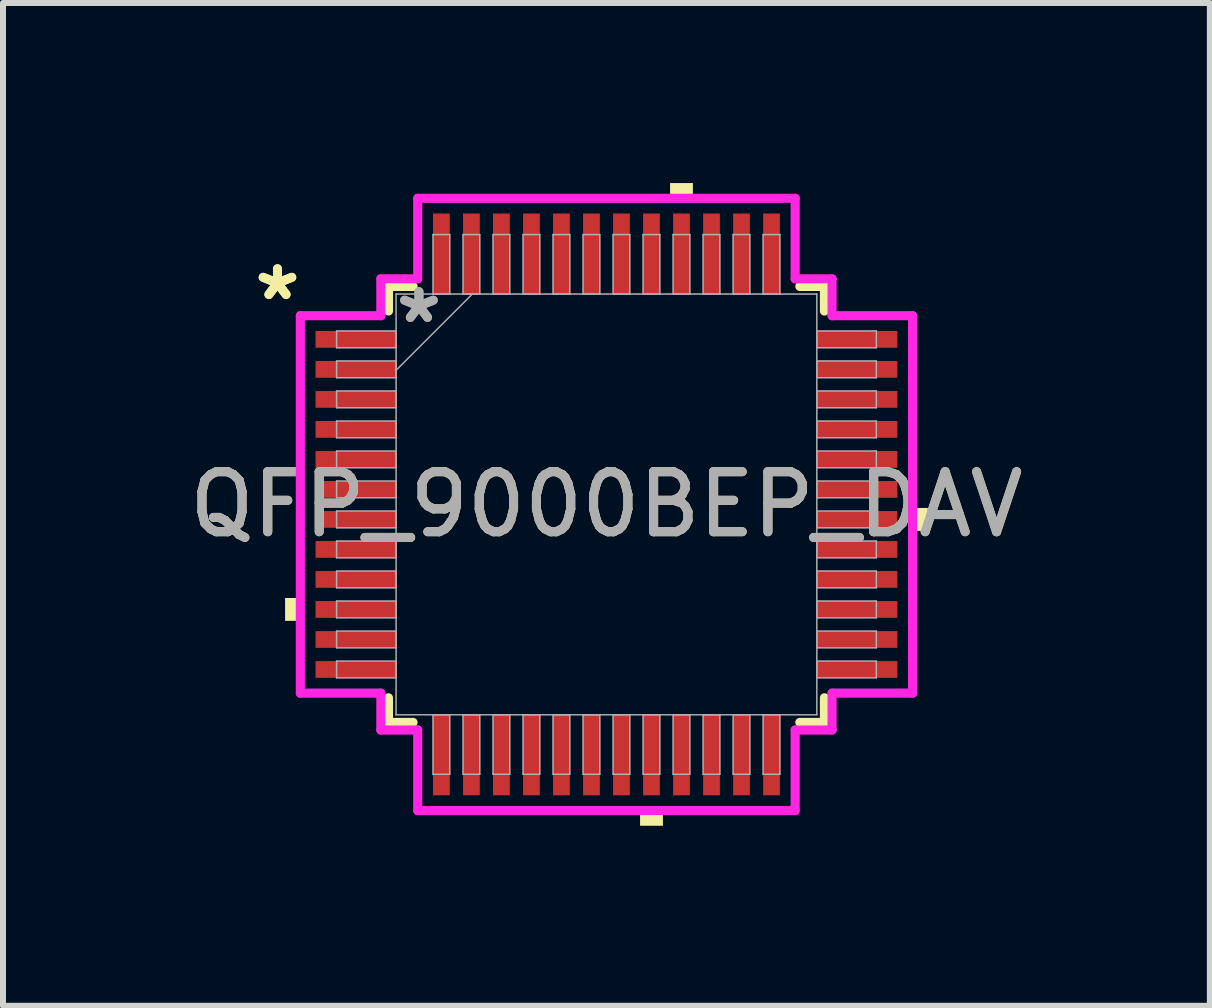
<source format=kicad_pcb>
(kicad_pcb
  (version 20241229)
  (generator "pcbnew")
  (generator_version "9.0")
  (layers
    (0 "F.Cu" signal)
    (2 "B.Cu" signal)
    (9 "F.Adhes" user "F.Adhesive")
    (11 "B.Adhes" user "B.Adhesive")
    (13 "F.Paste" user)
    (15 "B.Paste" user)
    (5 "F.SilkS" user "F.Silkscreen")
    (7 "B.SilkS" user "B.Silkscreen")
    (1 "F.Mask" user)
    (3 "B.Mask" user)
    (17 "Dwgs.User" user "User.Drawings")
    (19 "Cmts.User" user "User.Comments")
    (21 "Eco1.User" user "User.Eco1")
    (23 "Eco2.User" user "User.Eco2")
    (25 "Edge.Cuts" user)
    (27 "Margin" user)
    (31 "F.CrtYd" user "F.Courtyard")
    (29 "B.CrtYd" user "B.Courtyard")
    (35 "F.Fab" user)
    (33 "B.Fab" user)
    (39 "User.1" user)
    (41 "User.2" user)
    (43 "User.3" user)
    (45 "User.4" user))
  (footprint "QFP_9000BEP_DAV"
    (layer "F.Cu")
    (at 7.054 5.354)
    (property "Reference" "QFP_9000BEP_DAV" (at 0 0 0) (unlocked yes) (layer "F.SilkS") (effects (font (size 1 1) (thickness 0.15))))
    (attr smd)
    (fp_line (start -3.632 -3.632) (end -3.632 -3.222) (stroke (width 0.152) (type solid)) (layer "F.SilkS"))
    (fp_line (start -3.632 3.222) (end -3.632 3.632) (stroke (width 0.152) (type solid)) (layer "F.SilkS"))
    (fp_line (start -3.632 3.632) (end -3.222 3.632) (stroke (width 0.152) (type solid)) (layer "F.SilkS"))
    (fp_line (start -3.222 -3.632) (end -3.632 -3.632) (stroke (width 0.152) (type solid)) (layer "F.SilkS"))
    (fp_line (start 3.222 3.632) (end 3.632 3.632) (stroke (width 0.152) (type solid)) (layer "F.SilkS"))
    (fp_line (start 3.632 -3.632) (end 3.222 -3.632) (stroke (width 0.152) (type solid)) (layer "F.SilkS"))
    (fp_line (start 3.632 -3.222) (end 3.632 -3.632) (stroke (width 0.152) (type solid)) (layer "F.SilkS"))
    (fp_line (start 3.632 3.632) (end 3.632 3.222) (stroke (width 0.152) (type solid)) (layer "F.SilkS"))
    (fp_poly (pts (xy -5.354 1.559) (xy -5.354 1.94) (xy -5.1 1.94) (xy -5.1 1.559)) (stroke (width 0) (type solid)) (fill yes) (layer "F.SilkS"))
    (fp_poly (pts (xy 0.56 5.1) (xy 0.56 5.354) (xy 0.941 5.354) (xy 0.941 5.1)) (stroke (width 0) (type solid)) (fill yes) (layer "F.SilkS"))
    (fp_poly (pts (xy 1.06 -5.1) (xy 1.06 -5.354) (xy 1.44 -5.354) (xy 1.44 -5.1)) (stroke (width 0) (type solid)) (fill yes) (layer "F.SilkS"))
    (fp_poly (pts (xy 5.354 0.059) (xy 5.354 0.441) (xy 5.1 0.441) (xy 5.1 0.059)) (stroke (width 0) (type solid)) (fill yes) (layer "F.SilkS"))
    (fp_line (start -5.1 -3.144) (end -3.759 -3.144) (stroke (width 0.152) (type solid)) (layer "F.CrtYd"))
    (fp_line (start -5.1 3.144) (end -5.1 -3.144) (stroke (width 0.152) (type solid)) (layer "F.CrtYd"))
    (fp_line (start -3.759 -3.759) (end -3.144 -3.759) (stroke (width 0.152) (type solid)) (layer "F.CrtYd"))
    (fp_line (start -3.759 -3.144) (end -3.759 -3.759) (stroke (width 0.152) (type solid)) (layer "F.CrtYd"))
    (fp_line (start -3.759 3.144) (end -5.1 3.144) (stroke (width 0.152) (type solid)) (layer "F.CrtYd"))
    (fp_line (start -3.759 3.759) (end -3.759 3.144) (stroke (width 0.152) (type solid)) (layer "F.CrtYd"))
    (fp_line (start -3.759 3.759) (end -3.144 3.759) (stroke (width 0.152) (type solid)) (layer "F.CrtYd"))
    (fp_line (start -3.144 -5.1) (end 3.144 -5.1) (stroke (width 0.152) (type solid)) (layer "F.CrtYd"))
    (fp_line (start -3.144 -3.759) (end -3.144 -5.1) (stroke (width 0.152) (type solid)) (layer "F.CrtYd"))
    (fp_line (start -3.144 3.759) (end -3.144 5.1) (stroke (width 0.152) (type solid)) (layer "F.CrtYd"))
    (fp_line (start -3.144 5.1) (end 3.144 5.1) (stroke (width 0.152) (type solid)) (layer "F.CrtYd"))
    (fp_line (start 3.144 -5.1) (end 3.144 -3.759) (stroke (width 0.152) (type solid)) (layer "F.CrtYd"))
    (fp_line (start 3.144 -3.759) (end 3.759 -3.759) (stroke (width 0.152) (type solid)) (layer "F.CrtYd"))
    (fp_line (start 3.144 3.759) (end 3.759 3.759) (stroke (width 0.152) (type solid)) (layer "F.CrtYd"))
    (fp_line (start 3.144 5.1) (end 3.144 3.759) (stroke (width 0.152) (type solid)) (layer "F.CrtYd"))
    (fp_line (start 3.759 -3.144) (end 3.759 -3.759) (stroke (width 0.152) (type solid)) (layer "F.CrtYd"))
    (fp_line (start 3.759 3.144) (end 5.1 3.144) (stroke (width 0.152) (type solid)) (layer "F.CrtYd"))
    (fp_line (start 3.759 3.759) (end 3.759 3.144) (stroke (width 0.152) (type solid)) (layer "F.CrtYd"))
    (fp_line (start 5.1 -3.144) (end 3.759 -3.144) (stroke (width 0.152) (type solid)) (layer "F.CrtYd"))
    (fp_line (start 5.1 3.144) (end 5.1 -3.144) (stroke (width 0.152) (type solid)) (layer "F.CrtYd"))
    (fp_line (start -4.496 -2.89) (end -4.496 -2.61) (stroke (width 0.025) (type solid)) (layer "F.Fab"))
    (fp_line (start -4.496 -2.61) (end -3.505 -2.61) (stroke (width 0.025) (type solid)) (layer "F.Fab"))
    (fp_line (start -4.496 -2.39) (end -4.496 -2.11) (stroke (width 0.025) (type solid)) (layer "F.Fab"))
    (fp_line (start -4.496 -2.11) (end -3.505 -2.11) (stroke (width 0.025) (type solid)) (layer "F.Fab"))
    (fp_line (start -4.496 -1.89) (end -4.496 -1.61) (stroke (width 0.025) (type solid)) (layer "F.Fab"))
    (fp_line (start -4.496 -1.61) (end -3.505 -1.61) (stroke (width 0.025) (type solid)) (layer "F.Fab"))
    (fp_line (start -4.496 -1.39) (end -4.496 -1.11) (stroke (width 0.025) (type solid)) (layer "F.Fab"))
    (fp_line (start -4.496 -1.11) (end -3.505 -1.11) (stroke (width 0.025) (type solid)) (layer "F.Fab"))
    (fp_line (start -4.496 -0.89) (end -4.496 -0.61) (stroke (width 0.025) (type solid)) (layer "F.Fab"))
    (fp_line (start -4.496 -0.61) (end -3.505 -0.61) (stroke (width 0.025) (type solid)) (layer "F.Fab"))
    (fp_line (start -4.496 -0.39) (end -4.496 -0.11) (stroke (width 0.025) (type solid)) (layer "F.Fab"))
    (fp_line (start -4.496 -0.11) (end -3.505 -0.11) (stroke (width 0.025) (type solid)) (layer "F.Fab"))
    (fp_line (start -4.496 0.11) (end -4.496 0.39) (stroke (width 0.025) (type solid)) (layer "F.Fab"))
    (fp_line (start -4.496 0.39) (end -3.505 0.39) (stroke (width 0.025) (type solid)) (layer "F.Fab"))
    (fp_line (start -4.496 0.61) (end -4.496 0.89) (stroke (width 0.025) (type solid)) (layer "F.Fab"))
    (fp_line (start -4.496 0.89) (end -3.505 0.89) (stroke (width 0.025) (type solid)) (layer "F.Fab"))
    (fp_line (start -4.496 1.11) (end -4.496 1.39) (stroke (width 0.025) (type solid)) (layer "F.Fab"))
    (fp_line (start -4.496 1.39) (end -3.505 1.39) (stroke (width 0.025) (type solid)) (layer "F.Fab"))
    (fp_line (start -4.496 1.61) (end -4.496 1.89) (stroke (width 0.025) (type solid)) (layer "F.Fab"))
    (fp_line (start -4.496 1.89) (end -3.505 1.89) (stroke (width 0.025) (type solid)) (layer "F.Fab"))
    (fp_line (start -4.496 2.11) (end -4.496 2.39) (stroke (width 0.025) (type solid)) (layer "F.Fab"))
    (fp_line (start -4.496 2.39) (end -3.505 2.39) (stroke (width 0.025) (type solid)) (layer "F.Fab"))
    (fp_line (start -4.496 2.61) (end -4.496 2.89) (stroke (width 0.025) (type solid)) (layer "F.Fab"))
    (fp_line (start -4.496 2.89) (end -3.505 2.89) (stroke (width 0.025) (type solid)) (layer "F.Fab"))
    (fp_line (start -3.505 -3.505) (end -3.505 3.505) (stroke (width 0.025) (type solid)) (layer "F.Fab"))
    (fp_line (start -3.505 -2.89) (end -4.496 -2.89) (stroke (width 0.025) (type solid)) (layer "F.Fab"))
    (fp_line (start -3.505 -2.61) (end -3.505 -2.89) (stroke (width 0.025) (type solid)) (layer "F.Fab"))
    (fp_line (start -3.505 -2.39) (end -4.496 -2.39) (stroke (width 0.025) (type solid)) (layer "F.Fab"))
    (fp_line (start -3.505 -2.235) (end -2.235 -3.505) (stroke (width 0.025) (type solid)) (layer "F.Fab"))
    (fp_line (start -3.505 -2.11) (end -3.505 -2.39) (stroke (width 0.025) (type solid)) (layer "F.Fab"))
    (fp_line (start -3.505 -1.89) (end -4.496 -1.89) (stroke (width 0.025) (type solid)) (layer "F.Fab"))
    (fp_line (start -3.505 -1.61) (end -3.505 -1.89) (stroke (width 0.025) (type solid)) (layer "F.Fab"))
    (fp_line (start -3.505 -1.39) (end -4.496 -1.39) (stroke (width 0.025) (type solid)) (layer "F.Fab"))
    (fp_line (start -3.505 -1.11) (end -3.505 -1.39) (stroke (width 0.025) (type solid)) (layer "F.Fab"))
    (fp_line (start -3.505 -0.89) (end -4.496 -0.89) (stroke (width 0.025) (type solid)) (layer "F.Fab"))
    (fp_line (start -3.505 -0.61) (end -3.505 -0.89) (stroke (width 0.025) (type solid)) (layer "F.Fab"))
    (fp_line (start -3.505 -0.39) (end -4.496 -0.39) (stroke (width 0.025) (type solid)) (layer "F.Fab"))
    (fp_line (start -3.505 -0.11) (end -3.505 -0.39) (stroke (width 0.025) (type solid)) (layer "F.Fab"))
    (fp_line (start -3.505 0.11) (end -4.496 0.11) (stroke (width 0.025) (type solid)) (layer "F.Fab"))
    (fp_line (start -3.505 0.39) (end -3.505 0.11) (stroke (width 0.025) (type solid)) (layer "F.Fab"))
    (fp_line (start -3.505 0.61) (end -4.496 0.61) (stroke (width 0.025) (type solid)) (layer "F.Fab"))
    (fp_line (start -3.505 0.89) (end -3.505 0.61) (stroke (width 0.025) (type solid)) (layer "F.Fab"))
    (fp_line (start -3.505 1.11) (end -4.496 1.11) (stroke (width 0.025) (type solid)) (layer "F.Fab"))
    (fp_line (start -3.505 1.39) (end -3.505 1.11) (stroke (width 0.025) (type solid)) (layer "F.Fab"))
    (fp_line (start -3.505 1.61) (end -4.496 1.61) (stroke (width 0.025) (type solid)) (layer "F.Fab"))
    (fp_line (start -3.505 1.89) (end -3.505 1.61) (stroke (width 0.025) (type solid)) (layer "F.Fab"))
    (fp_line (start -3.505 2.11) (end -4.496 2.11) (stroke (width 0.025) (type solid)) (layer "F.Fab"))
    (fp_line (start -3.505 2.39) (end -3.505 2.11) (stroke (width 0.025) (type solid)) (layer "F.Fab"))
    (fp_line (start -3.505 2.61) (end -4.496 2.61) (stroke (width 0.025) (type solid)) (layer "F.Fab"))
    (fp_line (start -3.505 2.89) (end -3.505 2.61) (stroke (width 0.025) (type solid)) (layer "F.Fab"))
    (fp_line (start -3.505 3.505) (end 3.505 3.505) (stroke (width 0.025) (type solid)) (layer "F.Fab"))
    (fp_line (start -2.89 -4.496) (end -2.89 -3.505) (stroke (width 0.025) (type solid)) (layer "F.Fab"))
    (fp_line (start -2.89 -3.505) (end -2.61 -3.505) (stroke (width 0.025) (type solid)) (layer "F.Fab"))
    (fp_line (start -2.89 3.505) (end -2.89 4.496) (stroke (width 0.025) (type solid)) (layer "F.Fab"))
    (fp_line (start -2.89 4.496) (end -2.61 4.496) (stroke (width 0.025) (type solid)) (layer "F.Fab"))
    (fp_line (start -2.61 -4.496) (end -2.89 -4.496) (stroke (width 0.025) (type solid)) (layer "F.Fab"))
    (fp_line (start -2.61 -3.505) (end -2.61 -4.496) (stroke (width 0.025) (type solid)) (layer "F.Fab"))
    (fp_line (start -2.61 3.505) (end -2.89 3.505) (stroke (width 0.025) (type solid)) (layer "F.Fab"))
    (fp_line (start -2.61 4.496) (end -2.61 3.505) (stroke (width 0.025) (type solid)) (layer "F.Fab"))
    (fp_line (start -2.39 -4.496) (end -2.39 -3.505) (stroke (width 0.025) (type solid)) (layer "F.Fab"))
    (fp_line (start -2.39 -3.505) (end -2.11 -3.505) (stroke (width 0.025) (type solid)) (layer "F.Fab"))
    (fp_line (start -2.39 3.505) (end -2.39 4.496) (stroke (width 0.025) (type solid)) (layer "F.Fab"))
    (fp_line (start -2.39 4.496) (end -2.11 4.496) (stroke (width 0.025) (type solid)) (layer "F.Fab"))
    (fp_line (start -2.11 -4.496) (end -2.39 -4.496) (stroke (width 0.025) (type solid)) (layer "F.Fab"))
    (fp_line (start -2.11 -3.505) (end -2.11 -4.496) (stroke (width 0.025) (type solid)) (layer "F.Fab"))
    (fp_line (start -2.11 3.505) (end -2.39 3.505) (stroke (width 0.025) (type solid)) (layer "F.Fab"))
    (fp_line (start -2.11 4.496) (end -2.11 3.505) (stroke (width 0.025) (type solid)) (layer "F.Fab"))
    (fp_line (start -1.89 -4.496) (end -1.89 -3.505) (stroke (width 0.025) (type solid)) (layer "F.Fab"))
    (fp_line (start -1.89 -3.505) (end -1.61 -3.505) (stroke (width 0.025) (type solid)) (layer "F.Fab"))
    (fp_line (start -1.89 3.505) (end -1.89 4.496) (stroke (width 0.025) (type solid)) (layer "F.Fab"))
    (fp_line (start -1.89 4.496) (end -1.61 4.496) (stroke (width 0.025) (type solid)) (layer "F.Fab"))
    (fp_line (start -1.61 -4.496) (end -1.89 -4.496) (stroke (width 0.025) (type solid)) (layer "F.Fab"))
    (fp_line (start -1.61 -3.505) (end -1.61 -4.496) (stroke (width 0.025) (type solid)) (layer "F.Fab"))
    (fp_line (start -1.61 3.505) (end -1.89 3.505) (stroke (width 0.025) (type solid)) (layer "F.Fab"))
    (fp_line (start -1.61 4.496) (end -1.61 3.505) (stroke (width 0.025) (type solid)) (layer "F.Fab"))
    (fp_line (start -1.39 -4.496) (end -1.39 -3.505) (stroke (width 0.025) (type solid)) (layer "F.Fab"))
    (fp_line (start -1.39 -3.505) (end -1.11 -3.505) (stroke (width 0.025) (type solid)) (layer "F.Fab"))
    (fp_line (start -1.39 3.505) (end -1.39 4.496) (stroke (width 0.025) (type solid)) (layer "F.Fab"))
    (fp_line (start -1.39 4.496) (end -1.11 4.496) (stroke (width 0.025) (type solid)) (layer "F.Fab"))
    (fp_line (start -1.11 -4.496) (end -1.39 -4.496) (stroke (width 0.025) (type solid)) (layer "F.Fab"))
    (fp_line (start -1.11 -3.505) (end -1.11 -4.496) (stroke (width 0.025) (type solid)) (layer "F.Fab"))
    (fp_line (start -1.11 3.505) (end -1.39 3.505) (stroke (width 0.025) (type solid)) (layer "F.Fab"))
    (fp_line (start -1.11 4.496) (end -1.11 3.505) (stroke (width 0.025) (type solid)) (layer "F.Fab"))
    (fp_line (start -0.89 -4.496) (end -0.89 -3.505) (stroke (width 0.025) (type solid)) (layer "F.Fab"))
    (fp_line (start -0.89 -3.505) (end -0.61 -3.505) (stroke (width 0.025) (type solid)) (layer "F.Fab"))
    (fp_line (start -0.89 3.505) (end -0.89 4.496) (stroke (width 0.025) (type solid)) (layer "F.Fab"))
    (fp_line (start -0.89 4.496) (end -0.61 4.496) (stroke (width 0.025) (type solid)) (layer "F.Fab"))
    (fp_line (start -0.61 -4.496) (end -0.89 -4.496) (stroke (width 0.025) (type solid)) (layer "F.Fab"))
    (fp_line (start -0.61 -3.505) (end -0.61 -4.496) (stroke (width 0.025) (type solid)) (layer "F.Fab"))
    (fp_line (start -0.61 3.505) (end -0.89 3.505) (stroke (width 0.025) (type solid)) (layer "F.Fab"))
    (fp_line (start -0.61 4.496) (end -0.61 3.505) (stroke (width 0.025) (type solid)) (layer "F.Fab"))
    (fp_line (start -0.39 -4.496) (end -0.39 -3.505) (stroke (width 0.025) (type solid)) (layer "F.Fab"))
    (fp_line (start -0.39 -3.505) (end -0.11 -3.505) (stroke (width 0.025) (type solid)) (layer "F.Fab"))
    (fp_line (start -0.39 3.505) (end -0.39 4.496) (stroke (width 0.025) (type solid)) (layer "F.Fab"))
    (fp_line (start -0.39 4.496) (end -0.11 4.496) (stroke (width 0.025) (type solid)) (layer "F.Fab"))
    (fp_line (start -0.11 -4.496) (end -0.39 -4.496) (stroke (width 0.025) (type solid)) (layer "F.Fab"))
    (fp_line (start -0.11 -3.505) (end -0.11 -4.496) (stroke (width 0.025) (type solid)) (layer "F.Fab"))
    (fp_line (start -0.11 3.505) (end -0.39 3.505) (stroke (width 0.025) (type solid)) (layer "F.Fab"))
    (fp_line (start -0.11 4.496) (end -0.11 3.505) (stroke (width 0.025) (type solid)) (layer "F.Fab"))
    (fp_line (start 0.11 -4.496) (end 0.11 -3.505) (stroke (width 0.025) (type solid)) (layer "F.Fab"))
    (fp_line (start 0.11 -3.505) (end 0.39 -3.505) (stroke (width 0.025) (type solid)) (layer "F.Fab"))
    (fp_line (start 0.11 3.505) (end 0.11 4.496) (stroke (width 0.025) (type solid)) (layer "F.Fab"))
    (fp_line (start 0.11 4.496) (end 0.39 4.496) (stroke (width 0.025) (type solid)) (layer "F.Fab"))
    (fp_line (start 0.39 -4.496) (end 0.11 -4.496) (stroke (width 0.025) (type solid)) (layer "F.Fab"))
    (fp_line (start 0.39 -3.505) (end 0.39 -4.496) (stroke (width 0.025) (type solid)) (layer "F.Fab"))
    (fp_line (start 0.39 3.505) (end 0.11 3.505) (stroke (width 0.025) (type solid)) (layer "F.Fab"))
    (fp_line (start 0.39 4.496) (end 0.39 3.505) (stroke (width 0.025) (type solid)) (layer "F.Fab"))
    (fp_line (start 0.61 -4.496) (end 0.61 -3.505) (stroke (width 0.025) (type solid)) (layer "F.Fab"))
    (fp_line (start 0.61 -3.505) (end 0.89 -3.505) (stroke (width 0.025) (type solid)) (layer "F.Fab"))
    (fp_line (start 0.61 3.505) (end 0.61 4.496) (stroke (width 0.025) (type solid)) (layer "F.Fab"))
    (fp_line (start 0.61 4.496) (end 0.89 4.496) (stroke (width 0.025) (type solid)) (layer "F.Fab"))
    (fp_line (start 0.89 -4.496) (end 0.61 -4.496) (stroke (width 0.025) (type solid)) (layer "F.Fab"))
    (fp_line (start 0.89 -3.505) (end 0.89 -4.496) (stroke (width 0.025) (type solid)) (layer "F.Fab"))
    (fp_line (start 0.89 3.505) (end 0.61 3.505) (stroke (width 0.025) (type solid)) (layer "F.Fab"))
    (fp_line (start 0.89 4.496) (end 0.89 3.505) (stroke (width 0.025) (type solid)) (layer "F.Fab"))
    (fp_line (start 1.11 -4.496) (end 1.11 -3.505) (stroke (width 0.025) (type solid)) (layer "F.Fab"))
    (fp_line (start 1.11 -3.505) (end 1.39 -3.505) (stroke (width 0.025) (type solid)) (layer "F.Fab"))
    (fp_line (start 1.11 3.505) (end 1.11 4.496) (stroke (width 0.025) (type solid)) (layer "F.Fab"))
    (fp_line (start 1.11 4.496) (end 1.39 4.496) (stroke (width 0.025) (type solid)) (layer "F.Fab"))
    (fp_line (start 1.39 -4.496) (end 1.11 -4.496) (stroke (width 0.025) (type solid)) (layer "F.Fab"))
    (fp_line (start 1.39 -3.505) (end 1.39 -4.496) (stroke (width 0.025) (type solid)) (layer "F.Fab"))
    (fp_line (start 1.39 3.505) (end 1.11 3.505) (stroke (width 0.025) (type solid)) (layer "F.Fab"))
    (fp_line (start 1.39 4.496) (end 1.39 3.505) (stroke (width 0.025) (type solid)) (layer "F.Fab"))
    (fp_line (start 1.61 -4.496) (end 1.61 -3.505) (stroke (width 0.025) (type solid)) (layer "F.Fab"))
    (fp_line (start 1.61 -3.505) (end 1.89 -3.505) (stroke (width 0.025) (type solid)) (layer "F.Fab"))
    (fp_line (start 1.61 3.505) (end 1.61 4.496) (stroke (width 0.025) (type solid)) (layer "F.Fab"))
    (fp_line (start 1.61 4.496) (end 1.89 4.496) (stroke (width 0.025) (type solid)) (layer "F.Fab"))
    (fp_line (start 1.89 -4.496) (end 1.61 -4.496) (stroke (width 0.025) (type solid)) (layer "F.Fab"))
    (fp_line (start 1.89 -3.505) (end 1.89 -4.496) (stroke (width 0.025) (type solid)) (layer "F.Fab"))
    (fp_line (start 1.89 3.505) (end 1.61 3.505) (stroke (width 0.025) (type solid)) (layer "F.Fab"))
    (fp_line (start 1.89 4.496) (end 1.89 3.505) (stroke (width 0.025) (type solid)) (layer "F.Fab"))
    (fp_line (start 2.11 -4.496) (end 2.11 -3.505) (stroke (width 0.025) (type solid)) (layer "F.Fab"))
    (fp_line (start 2.11 -3.505) (end 2.39 -3.505) (stroke (width 0.025) (type solid)) (layer "F.Fab"))
    (fp_line (start 2.11 3.505) (end 2.11 4.496) (stroke (width 0.025) (type solid)) (layer "F.Fab"))
    (fp_line (start 2.11 4.496) (end 2.39 4.496) (stroke (width 0.025) (type solid)) (layer "F.Fab"))
    (fp_line (start 2.39 -4.496) (end 2.11 -4.496) (stroke (width 0.025) (type solid)) (layer "F.Fab"))
    (fp_line (start 2.39 -3.505) (end 2.39 -4.496) (stroke (width 0.025) (type solid)) (layer "F.Fab"))
    (fp_line (start 2.39 3.505) (end 2.11 3.505) (stroke (width 0.025) (type solid)) (layer "F.Fab"))
    (fp_line (start 2.39 4.496) (end 2.39 3.505) (stroke (width 0.025) (type solid)) (layer "F.Fab"))
    (fp_line (start 2.61 -4.496) (end 2.61 -3.505) (stroke (width 0.025) (type solid)) (layer "F.Fab"))
    (fp_line (start 2.61 -3.505) (end 2.89 -3.505) (stroke (width 0.025) (type solid)) (layer "F.Fab"))
    (fp_line (start 2.61 3.505) (end 2.61 4.496) (stroke (width 0.025) (type solid)) (layer "F.Fab"))
    (fp_line (start 2.61 4.496) (end 2.89 4.496) (stroke (width 0.025) (type solid)) (layer "F.Fab"))
    (fp_line (start 2.89 -4.496) (end 2.61 -4.496) (stroke (width 0.025) (type solid)) (layer "F.Fab"))
    (fp_line (start 2.89 -3.505) (end 2.89 -4.496) (stroke (width 0.025) (type solid)) (layer "F.Fab"))
    (fp_line (start 2.89 3.505) (end 2.61 3.505) (stroke (width 0.025) (type solid)) (layer "F.Fab"))
    (fp_line (start 2.89 4.496) (end 2.89 3.505) (stroke (width 0.025) (type solid)) (layer "F.Fab"))
    (fp_line (start 3.505 -3.505) (end -3.505 -3.505) (stroke (width 0.025) (type solid)) (layer "F.Fab"))
    (fp_line (start 3.505 -2.89) (end 3.505 -2.61) (stroke (width 0.025) (type solid)) (layer "F.Fab"))
    (fp_line (start 3.505 -2.61) (end 4.496 -2.61) (stroke (width 0.025) (type solid)) (layer "F.Fab"))
    (fp_line (start 3.505 -2.39) (end 3.505 -2.11) (stroke (width 0.025) (type solid)) (layer "F.Fab"))
    (fp_line (start 3.505 -2.11) (end 4.496 -2.11) (stroke (width 0.025) (type solid)) (layer "F.Fab"))
    (fp_line (start 3.505 -1.89) (end 3.505 -1.61) (stroke (width 0.025) (type solid)) (layer "F.Fab"))
    (fp_line (start 3.505 -1.61) (end 4.496 -1.61) (stroke (width 0.025) (type solid)) (layer "F.Fab"))
    (fp_line (start 3.505 -1.39) (end 3.505 -1.11) (stroke (width 0.025) (type solid)) (layer "F.Fab"))
    (fp_line (start 3.505 -1.11) (end 4.496 -1.11) (stroke (width 0.025) (type solid)) (layer "F.Fab"))
    (fp_line (start 3.505 -0.89) (end 3.505 -0.61) (stroke (width 0.025) (type solid)) (layer "F.Fab"))
    (fp_line (start 3.505 -0.61) (end 4.496 -0.61) (stroke (width 0.025) (type solid)) (layer "F.Fab"))
    (fp_line (start 3.505 -0.39) (end 3.505 -0.11) (stroke (width 0.025) (type solid)) (layer "F.Fab"))
    (fp_line (start 3.505 -0.11) (end 4.496 -0.11) (stroke (width 0.025) (type solid)) (layer "F.Fab"))
    (fp_line (start 3.505 0.11) (end 3.505 0.39) (stroke (width 0.025) (type solid)) (layer "F.Fab"))
    (fp_line (start 3.505 0.39) (end 4.496 0.39) (stroke (width 0.025) (type solid)) (layer "F.Fab"))
    (fp_line (start 3.505 0.61) (end 3.505 0.89) (stroke (width 0.025) (type solid)) (layer "F.Fab"))
    (fp_line (start 3.505 0.89) (end 4.496 0.89) (stroke (width 0.025) (type solid)) (layer "F.Fab"))
    (fp_line (start 3.505 1.11) (end 3.505 1.39) (stroke (width 0.025) (type solid)) (layer "F.Fab"))
    (fp_line (start 3.505 1.39) (end 4.496 1.39) (stroke (width 0.025) (type solid)) (layer "F.Fab"))
    (fp_line (start 3.505 1.61) (end 3.505 1.89) (stroke (width 0.025) (type solid)) (layer "F.Fab"))
    (fp_line (start 3.505 1.89) (end 4.496 1.89) (stroke (width 0.025) (type solid)) (layer "F.Fab"))
    (fp_line (start 3.505 2.11) (end 3.505 2.39) (stroke (width 0.025) (type solid)) (layer "F.Fab"))
    (fp_line (start 3.505 2.39) (end 4.496 2.39) (stroke (width 0.025) (type solid)) (layer "F.Fab"))
    (fp_line (start 3.505 2.61) (end 3.505 2.89) (stroke (width 0.025) (type solid)) (layer "F.Fab"))
    (fp_line (start 3.505 2.89) (end 4.496 2.89) (stroke (width 0.025) (type solid)) (layer "F.Fab"))
    (fp_line (start 3.505 3.505) (end 3.505 -3.505) (stroke (width 0.025) (type solid)) (layer "F.Fab"))
    (fp_line (start 4.496 -2.89) (end 3.505 -2.89) (stroke (width 0.025) (type solid)) (layer "F.Fab"))
    (fp_line (start 4.496 -2.61) (end 4.496 -2.89) (stroke (width 0.025) (type solid)) (layer "F.Fab"))
    (fp_line (start 4.496 -2.39) (end 3.505 -2.39) (stroke (width 0.025) (type solid)) (layer "F.Fab"))
    (fp_line (start 4.496 -2.11) (end 4.496 -2.39) (stroke (width 0.025) (type solid)) (layer "F.Fab"))
    (fp_line (start 4.496 -1.89) (end 3.505 -1.89) (stroke (width 0.025) (type solid)) (layer "F.Fab"))
    (fp_line (start 4.496 -1.61) (end 4.496 -1.89) (stroke (width 0.025) (type solid)) (layer "F.Fab"))
    (fp_line (start 4.496 -1.39) (end 3.505 -1.39) (stroke (width 0.025) (type solid)) (layer "F.Fab"))
    (fp_line (start 4.496 -1.11) (end 4.496 -1.39) (stroke (width 0.025) (type solid)) (layer "F.Fab"))
    (fp_line (start 4.496 -0.89) (end 3.505 -0.89) (stroke (width 0.025) (type solid)) (layer "F.Fab"))
    (fp_line (start 4.496 -0.61) (end 4.496 -0.89) (stroke (width 0.025) (type solid)) (layer "F.Fab"))
    (fp_line (start 4.496 -0.39) (end 3.505 -0.39) (stroke (width 0.025) (type solid)) (layer "F.Fab"))
    (fp_line (start 4.496 -0.11) (end 4.496 -0.39) (stroke (width 0.025) (type solid)) (layer "F.Fab"))
    (fp_line (start 4.496 0.11) (end 3.505 0.11) (stroke (width 0.025) (type solid)) (layer "F.Fab"))
    (fp_line (start 4.496 0.39) (end 4.496 0.11) (stroke (width 0.025) (type solid)) (layer "F.Fab"))
    (fp_line (start 4.496 0.61) (end 3.505 0.61) (stroke (width 0.025) (type solid)) (layer "F.Fab"))
    (fp_line (start 4.496 0.89) (end 4.496 0.61) (stroke (width 0.025) (type solid)) (layer "F.Fab"))
    (fp_line (start 4.496 1.11) (end 3.505 1.11) (stroke (width 0.025) (type solid)) (layer "F.Fab"))
    (fp_line (start 4.496 1.39) (end 4.496 1.11) (stroke (width 0.025) (type solid)) (layer "F.Fab"))
    (fp_line (start 4.496 1.61) (end 3.505 1.61) (stroke (width 0.025) (type solid)) (layer "F.Fab"))
    (fp_line (start 4.496 1.89) (end 4.496 1.61) (stroke (width 0.025) (type solid)) (layer "F.Fab"))
    (fp_line (start 4.496 2.11) (end 3.505 2.11) (stroke (width 0.025) (type solid)) (layer "F.Fab"))
    (fp_line (start 4.496 2.39) (end 4.496 2.11) (stroke (width 0.025) (type solid)) (layer "F.Fab"))
    (fp_line (start 4.496 2.61) (end 3.505 2.61) (stroke (width 0.025) (type solid)) (layer "F.Fab"))
    (fp_line (start 4.496 2.89) (end 4.496 2.61) (stroke (width 0.025) (type solid)) (layer "F.Fab"))
    (fp_text user "*" (at -5.481 -3.381 0) (unlocked yes) (layer "F.SilkS") (effects (font (size 1 1) (thickness 0.15))))
    (fp_text user "*" (at -5.481 -3.381 0) (layer "F.SilkS") (effects (font (size 1 1) (thickness 0.15))))
    (fp_text user "*" (at -3.124 -3 0) (layer "F.Fab") (effects (font (size 1 1) (thickness 0.15))))
    (fp_text user "*" (at -3.124 -3 0) (unlocked yes) (layer "F.Fab") (effects (font (size 1 1) (thickness 0.15))))
    (fp_text user "${REFERENCE}" (at 0 0 0) (unlocked yes) (layer "F.Fab") (effects (font (size 1 1) (thickness 0.15))))
    (pad "1" smd rect (at -4.176 -2.75 90) (size 0.279 1.341) (layers "F.Cu" "F.Mask" "F.Paste"))
    (pad "2" smd rect (at -4.176 -2.25 90) (size 0.279 1.341) (layers "F.Cu" "F.Mask" "F.Paste"))
    (pad "3" smd rect (at -4.176 -1.75 90) (size 0.279 1.341) (layers "F.Cu" "F.Mask" "F.Paste"))
    (pad "4" smd rect (at -4.176 -1.25 90) (size 0.279 1.341) (layers "F.Cu" "F.Mask" "F.Paste"))
    (pad "5" smd rect (at -4.176 -0.75 90) (size 0.279 1.341) (layers "F.Cu" "F.Mask" "F.Paste"))
    (pad "6" smd rect (at -4.176 -0.25 90) (size 0.279 1.341) (layers "F.Cu" "F.Mask" "F.Paste"))
    (pad "7" smd rect (at -4.176 0.25 90) (size 0.279 1.341) (layers "F.Cu" "F.Mask" "F.Paste"))
    (pad "8" smd rect (at -4.176 0.75 90) (size 0.279 1.341) (layers "F.Cu" "F.Mask" "F.Paste"))
    (pad "9" smd rect (at -4.176 1.25 90) (size 0.279 1.341) (layers "F.Cu" "F.Mask" "F.Paste"))
    (pad "10" smd rect (at -4.176 1.75 90) (size 0.279 1.341) (layers "F.Cu" "F.Mask" "F.Paste"))
    (pad "11" smd rect (at -4.176 2.25 90) (size 0.279 1.341) (layers "F.Cu" "F.Mask" "F.Paste"))
    (pad "12" smd rect (at -4.176 2.75 90) (size 0.279 1.341) (layers "F.Cu" "F.Mask" "F.Paste"))
    (pad "13" smd rect (at -2.75 4.176) (size 0.279 1.341) (layers "F.Cu" "F.Mask" "F.Paste"))
    (pad "14" smd rect (at -2.25 4.176) (size 0.279 1.341) (layers "F.Cu" "F.Mask" "F.Paste"))
    (pad "15" smd rect (at -1.75 4.176) (size 0.279 1.341) (layers "F.Cu" "F.Mask" "F.Paste"))
    (pad "16" smd rect (at -1.25 4.176) (size 0.279 1.341) (layers "F.Cu" "F.Mask" "F.Paste"))
    (pad "17" smd rect (at -0.75 4.176) (size 0.279 1.341) (layers "F.Cu" "F.Mask" "F.Paste"))
    (pad "18" smd rect (at -0.25 4.176) (size 0.279 1.341) (layers "F.Cu" "F.Mask" "F.Paste"))
    (pad "19" smd rect (at 0.25 4.176) (size 0.279 1.341) (layers "F.Cu" "F.Mask" "F.Paste"))
    (pad "20" smd rect (at 0.75 4.176) (size 0.279 1.341) (layers "F.Cu" "F.Mask" "F.Paste"))
    (pad "21" smd rect (at 1.25 4.176) (size 0.279 1.341) (layers "F.Cu" "F.Mask" "F.Paste"))
    (pad "22" smd rect (at 1.75 4.176) (size 0.279 1.341) (layers "F.Cu" "F.Mask" "F.Paste"))
    (pad "23" smd rect (at 2.25 4.176) (size 0.279 1.341) (layers "F.Cu" "F.Mask" "F.Paste"))
    (pad "24" smd rect (at 2.75 4.176) (size 0.279 1.341) (layers "F.Cu" "F.Mask" "F.Paste"))
    (pad "25" smd rect (at 4.176 2.75 90) (size 0.279 1.341) (layers "F.Cu" "F.Mask" "F.Paste"))
    (pad "26" smd rect (at 4.176 2.25 90) (size 0.279 1.341) (layers "F.Cu" "F.Mask" "F.Paste"))
    (pad "27" smd rect (at 4.176 1.75 90) (size 0.279 1.341) (layers "F.Cu" "F.Mask" "F.Paste"))
    (pad "28" smd rect (at 4.176 1.25 90) (size 0.279 1.341) (layers "F.Cu" "F.Mask" "F.Paste"))
    (pad "29" smd rect (at 4.176 0.75 90) (size 0.279 1.341) (layers "F.Cu" "F.Mask" "F.Paste"))
    (pad "30" smd rect (at 4.176 0.25 90) (size 0.279 1.341) (layers "F.Cu" "F.Mask" "F.Paste"))
    (pad "31" smd rect (at 4.176 -0.25 90) (size 0.279 1.341) (layers "F.Cu" "F.Mask" "F.Paste"))
    (pad "32" smd rect (at 4.176 -0.75 90) (size 0.279 1.341) (layers "F.Cu" "F.Mask" "F.Paste"))
    (pad "33" smd rect (at 4.176 -1.25 90) (size 0.279 1.341) (layers "F.Cu" "F.Mask" "F.Paste"))
    (pad "34" smd rect (at 4.176 -1.75 90) (size 0.279 1.341) (layers "F.Cu" "F.Mask" "F.Paste"))
    (pad "35" smd rect (at 4.176 -2.25 90) (size 0.279 1.341) (layers "F.Cu" "F.Mask" "F.Paste"))
    (pad "36" smd rect (at 4.176 -2.75 90) (size 0.279 1.341) (layers "F.Cu" "F.Mask" "F.Paste"))
    (pad "37" smd rect (at 2.75 -4.176) (size 0.279 1.341) (layers "F.Cu" "F.Mask" "F.Paste"))
    (pad "38" smd rect (at 2.25 -4.176) (size 0.279 1.341) (layers "F.Cu" "F.Mask" "F.Paste"))
    (pad "39" smd rect (at 1.75 -4.176) (size 0.279 1.341) (layers "F.Cu" "F.Mask" "F.Paste"))
    (pad "40" smd rect (at 1.25 -4.176) (size 0.279 1.341) (layers "F.Cu" "F.Mask" "F.Paste"))
    (pad "41" smd rect (at 0.75 -4.176) (size 0.279 1.341) (layers "F.Cu" "F.Mask" "F.Paste"))
    (pad "42" smd rect (at 0.25 -4.176) (size 0.279 1.341) (layers "F.Cu" "F.Mask" "F.Paste"))
    (pad "43" smd rect (at -0.25 -4.176) (size 0.279 1.341) (layers "F.Cu" "F.Mask" "F.Paste"))
    (pad "44" smd rect (at -0.75 -4.176) (size 0.279 1.341) (layers "F.Cu" "F.Mask" "F.Paste"))
    (pad "45" smd rect (at -1.25 -4.176) (size 0.279 1.341) (layers "F.Cu" "F.Mask" "F.Paste"))
    (pad "46" smd rect (at -1.75 -4.176) (size 0.279 1.341) (layers "F.Cu" "F.Mask" "F.Paste"))
    (pad "47" smd rect (at -2.25 -4.176) (size 0.279 1.341) (layers "F.Cu" "F.Mask" "F.Paste"))
    (pad "48" smd rect (at -2.75 -4.176) (size 0.279 1.341) (layers "F.Cu" "F.Mask" "F.Paste")))
  (gr_rect
    (start -3 -3)
    (end 17.107 13.708)
    (stroke (width 0.1) (type default))
    (fill no)
    (layer "Edge.Cuts")))
</source>
